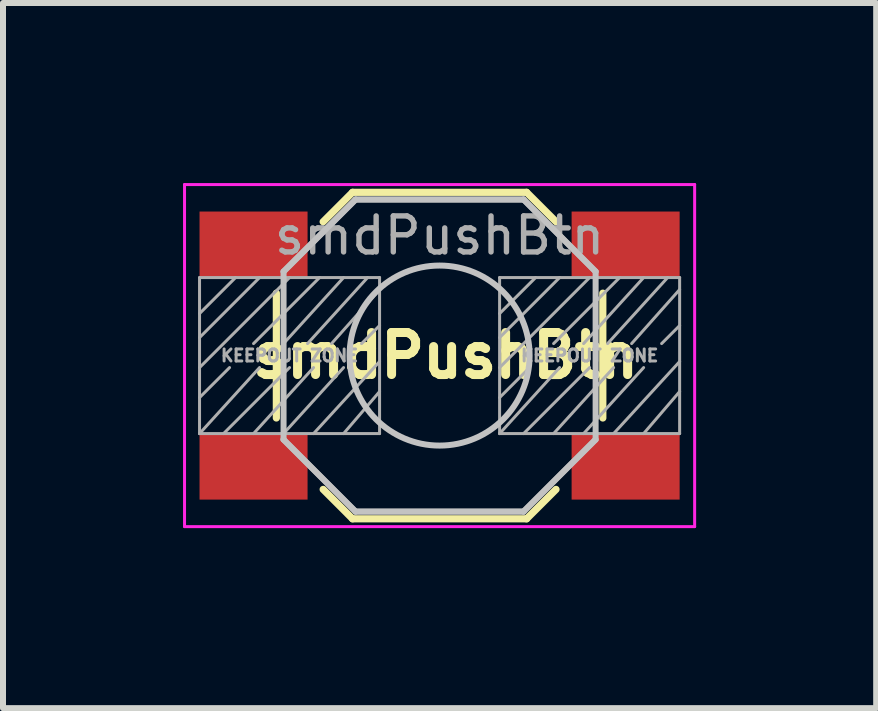
<source format=kicad_pcb>
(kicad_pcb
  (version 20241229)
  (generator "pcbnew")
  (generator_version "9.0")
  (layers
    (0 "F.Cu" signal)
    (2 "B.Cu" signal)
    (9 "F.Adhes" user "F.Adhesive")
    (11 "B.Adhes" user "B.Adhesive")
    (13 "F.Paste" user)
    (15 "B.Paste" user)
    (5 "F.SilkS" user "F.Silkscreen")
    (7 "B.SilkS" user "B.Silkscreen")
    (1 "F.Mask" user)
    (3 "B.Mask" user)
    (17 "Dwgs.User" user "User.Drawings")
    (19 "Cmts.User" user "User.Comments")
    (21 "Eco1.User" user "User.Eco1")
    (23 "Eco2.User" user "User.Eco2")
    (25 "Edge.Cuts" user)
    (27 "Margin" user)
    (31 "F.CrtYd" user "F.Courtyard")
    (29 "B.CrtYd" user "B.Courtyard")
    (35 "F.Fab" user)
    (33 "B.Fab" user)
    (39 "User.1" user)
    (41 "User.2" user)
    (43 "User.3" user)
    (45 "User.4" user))
  (footprint "smdPushBtn"
    (layer "F.Cu")
    (at 4.275 2.875)
    (property "Reference" "smdPushBtn" (at 0.1 0 0) (layer "F.SilkS") (effects (font (size 0.7 0.7) (thickness 0.15))))
    (attr smd)
    (fp_line (start -2.72 1.04) (end -2.72 -1.04) (stroke (width 0.12) (type solid)) (layer "F.SilkS"))
    (fp_line (start -1.45 -2.72) (end -1.94 -2.23) (stroke (width 0.12) (type solid)) (layer "F.SilkS"))
    (fp_line (start -1.45 -2.72) (end 1.45 -2.72) (stroke (width 0.12) (type solid)) (layer "F.SilkS"))
    (fp_line (start -1.45 2.72) (end -1.94 2.23) (stroke (width 0.12) (type solid)) (layer "F.SilkS"))
    (fp_line (start -1.45 2.72) (end 1.45 2.72) (stroke (width 0.12) (type solid)) (layer "F.SilkS"))
    (fp_line (start 1.45 -2.72) (end 1.94 -2.23) (stroke (width 0.12) (type solid)) (layer "F.SilkS"))
    (fp_line (start 1.45 2.72) (end 1.94 2.23) (stroke (width 0.12) (type solid)) (layer "F.SilkS"))
    (fp_line (start 2.72 1.04) (end 2.72 -1.04) (stroke (width 0.12) (type solid)) (layer "F.SilkS"))
    (fp_line (start -2.6 -1.4) (end -1.4 -2.6) (stroke (width 0.1) (type solid)) (layer "Dwgs.User"))
    (fp_line (start -2.6 1.4) (end -2.6 -1.4) (stroke (width 0.1) (type solid)) (layer "Dwgs.User"))
    (fp_line (start -1.4 -2.6) (end 1.4 -2.6) (stroke (width 0.1) (type solid)) (layer "Dwgs.User"))
    (fp_line (start -1.4 2.6) (end -2.6 1.4) (stroke (width 0.1) (type solid)) (layer "Dwgs.User"))
    (fp_line (start 1.4 -2.6) (end 2.6 -1.4) (stroke (width 0.1) (type solid)) (layer "Dwgs.User"))
    (fp_line (start 1.4 2.6) (end -1.4 2.6) (stroke (width 0.1) (type solid)) (layer "Dwgs.User"))
    (fp_line (start 2.6 -1.4) (end 2.6 1.4) (stroke (width 0.1) (type solid)) (layer "Dwgs.User"))
    (fp_line (start 2.6 1.4) (end 1.4 2.6) (stroke (width 0.1) (type solid)) (layer "Dwgs.User"))
    (fp_circle (center 0 0) (end 1.5 0) (stroke (width 0.1) (type solid)) (fill no) (layer "Dwgs.User"))
    (fp_line (start -4.25 -2.85) (end -4.25 2.85) (stroke (width 0.05) (type solid)) (layer "F.CrtYd"))
    (fp_line (start -4.25 2.85) (end 4.25 2.85) (stroke (width 0.05) (type solid)) (layer "F.CrtYd"))
    (fp_line (start 4.25 -2.85) (end -4.25 -2.85) (stroke (width 0.05) (type solid)) (layer "F.CrtYd"))
    (fp_line (start 4.25 2.85) (end 4.25 -2.85) (stroke (width 0.05) (type solid)) (layer "F.CrtYd"))
    (fp_line (start -4 -1.3) (end -1 -1.3) (stroke (width 0.05) (type solid)) (layer "F.Fab"))
    (fp_line (start -4 -0.7) (end -3.4 -1.3) (stroke (width 0.05) (type solid)) (layer "F.Fab"))
    (fp_line (start -4 -0.3) (end -3 -1.3) (stroke (width 0.05) (type solid)) (layer "F.Fab"))
    (fp_line (start -4 0.2) (end -2.5 -1.3) (stroke (width 0.05) (type solid)) (layer "F.Fab"))
    (fp_line (start -4 0.7) (end -3.5 0.2) (stroke (width 0.05) (type solid)) (layer "F.Fab"))
    (fp_line (start -4 1.3) (end -4 -1.3) (stroke (width 0.05) (type solid)) (layer "F.Fab"))
    (fp_line (start -4 1.3) (end -3 0.2) (stroke (width 0.05) (type solid)) (layer "F.Fab"))
    (fp_line (start -3.1 1.3) (end -2.1 0.2) (stroke (width 0.05) (type solid)) (layer "F.Fab"))
    (fp_line (start -2.6 -1.4) (end -1.4 -2.6) (stroke (width 0.1) (type solid)) (layer "F.Fab"))
    (fp_line (start -2.6 1.3) (end -1.6 0.2) (stroke (width 0.05) (type solid)) (layer "F.Fab"))
    (fp_line (start -2.5 0.2) (end -3.6 1.3) (stroke (width 0.05) (type solid)) (layer "F.Fab"))
    (fp_line (start -2.2 -0.2) (end -1.2 -1.3) (stroke (width 0.05) (type solid)) (layer "F.Fab"))
    (fp_line (start -2.1 1.3) (end -1 0.1) (stroke (width 0.05) (type solid)) (layer "F.Fab"))
    (fp_line (start -2 -1.3) (end -3.1 -0.2) (stroke (width 0.05) (type solid)) (layer "F.Fab"))
    (fp_line (start -1.6 -1.3) (end -2.6 -0.2) (stroke (width 0.05) (type solid)) (layer "F.Fab"))
    (fp_line (start -1.403 2.597) (end -2.603 1.397) (stroke (width 0.1) (type solid)) (layer "F.Fab"))
    (fp_line (start -1.4 -2.6) (end 1.4 -2.6) (stroke (width 0.1) (type solid)) (layer "F.Fab"))
    (fp_line (start -1 -1.3) (end -1 1.3) (stroke (width 0.05) (type solid)) (layer "F.Fab"))
    (fp_line (start -1 -1.1) (end -1.8 -0.2) (stroke (width 0.05) (type solid)) (layer "F.Fab"))
    (fp_line (start -1 -0.5) (end -1.3 -0.2) (stroke (width 0.05) (type solid)) (layer "F.Fab"))
    (fp_line (start -1 0.6) (end -1.6 1.3) (stroke (width 0.05) (type solid)) (layer "F.Fab"))
    (fp_line (start -1 1.3) (end -4 1.3) (stroke (width 0.05) (type solid)) (layer "F.Fab"))
    (fp_line (start 1 -1.3) (end 4 -1.3) (stroke (width 0.05) (type solid)) (layer "F.Fab"))
    (fp_line (start 1 -0.7) (end 1.6 -1.3) (stroke (width 0.05) (type solid)) (layer "F.Fab"))
    (fp_line (start 1 -0.3) (end 2 -1.3) (stroke (width 0.05) (type solid)) (layer "F.Fab"))
    (fp_line (start 1 0.2) (end 2.5 -1.3) (stroke (width 0.05) (type solid)) (layer "F.Fab"))
    (fp_line (start 1 0.7) (end 1.5 0.2) (stroke (width 0.05) (type solid)) (layer "F.Fab"))
    (fp_line (start 1 1.3) (end 1 -1.3) (stroke (width 0.05) (type solid)) (layer "F.Fab"))
    (fp_line (start 1 1.3) (end 2 0.2) (stroke (width 0.05) (type solid)) (layer "F.Fab"))
    (fp_line (start 1.4 -2.6) (end 2.6 -1.4) (stroke (width 0.1) (type solid)) (layer "F.Fab"))
    (fp_line (start 1.4 2.6) (end -1.4 2.6) (stroke (width 0.1) (type solid)) (layer "F.Fab"))
    (fp_line (start 1.9 1.3) (end 2.9 0.2) (stroke (width 0.05) (type solid)) (layer "F.Fab"))
    (fp_line (start 2.4 1.3) (end 3.4 0.2) (stroke (width 0.05) (type solid)) (layer "F.Fab"))
    (fp_line (start 2.5 0.2) (end 1.4 1.3) (stroke (width 0.05) (type solid)) (layer "F.Fab"))
    (fp_line (start 2.597 1.4) (end 1.397 2.6) (stroke (width 0.1) (type solid)) (layer "F.Fab"))
    (fp_line (start 2.8 -0.2) (end 3.8 -1.3) (stroke (width 0.05) (type solid)) (layer "F.Fab"))
    (fp_line (start 2.9 1.3) (end 4 0.1) (stroke (width 0.05) (type solid)) (layer "F.Fab"))
    (fp_line (start 3 -1.3) (end 1.9 -0.2) (stroke (width 0.05) (type solid)) (layer "F.Fab"))
    (fp_line (start 3.4 -1.3) (end 2.4 -0.2) (stroke (width 0.05) (type solid)) (layer "F.Fab"))
    (fp_line (start 4 -1.3) (end 4 1.3) (stroke (width 0.05) (type solid)) (layer "F.Fab"))
    (fp_line (start 4 -1.1) (end 3.2 -0.2) (stroke (width 0.05) (type solid)) (layer "F.Fab"))
    (fp_line (start 4 -0.5) (end 3.7 -0.2) (stroke (width 0.05) (type solid)) (layer "F.Fab"))
    (fp_line (start 4 0.6) (end 3.4 1.3) (stroke (width 0.05) (type solid)) (layer "F.Fab"))
    (fp_line (start 4 1.3) (end 1 1.3) (stroke (width 0.05) (type solid)) (layer "F.Fab"))
    (fp_text user "KEEPOUT ZONE" (at -2.5 0 0) (layer "F.Fab") (effects (font (size 0.2 0.2) (thickness 0.05))))
    (fp_text user "${REFERENCE}" (at 0 -2 0) (layer "F.Fab") (effects (font (size 0.6 0.6) (thickness 0.09))))
    (fp_text user "KEEPOUT ZONE" (at 2.5 0 0) (layer "F.Fab") (effects (font (size 0.2 0.2) (thickness 0.05))))
    (pad "1" smd rect (at -3.1 -1.85) (size 1.8 1.1) (layers "F.Cu" "F.Mask" "F.Paste"))
    (pad "1" smd rect (at 3.1 -1.85) (size 1.8 1.1) (layers "F.Cu" "F.Mask" "F.Paste"))
    (pad "2" smd rect (at -3.1 1.85) (size 1.8 1.1) (layers "F.Cu" "F.Mask" "F.Paste"))
    (pad "2" smd rect (at 3.1 1.85) (size 1.8 1.1) (layers "F.Cu" "F.Mask" "F.Paste")))
  (gr_rect
    (start -3 -3)
    (end 11.55 8.75)
    (stroke (width 0.1) (type default))
    (fill no)
    (layer "Edge.Cuts")))
</source>
